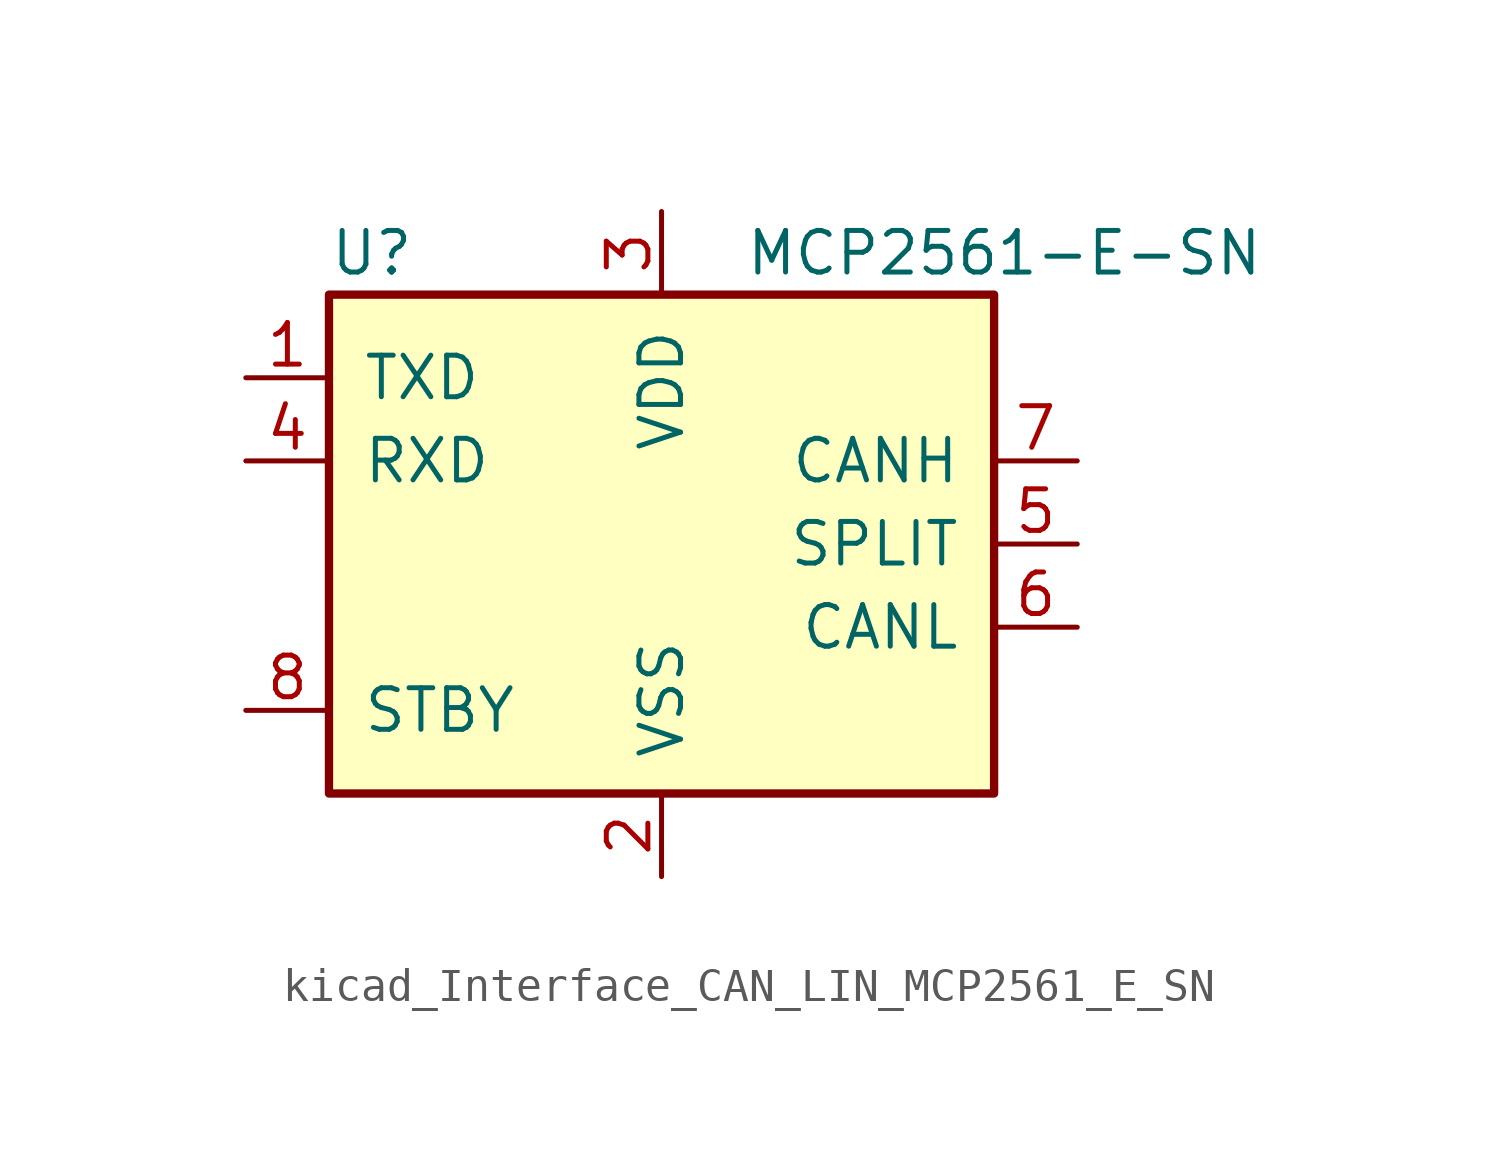
<source format=kicad_sym>
(kicad_symbol_lib
  (version 20220914)
  (generator kicad_symbol_editor)
  (symbol "kicad_Interface_CAN_LIN_MCP2561_E_SN"
    (pin_names
      (offset 1.016))
    (property "Reference" "U"
      (at -10.16 8.89 0)
      (effects (font (size 1.27 1.27)) (justify left)))
    (property "Value" "MCP2561-E-SN"
      (at 2.54 8.89 0)
      (effects (font (size 1.27 1.27)) (justify left)))
    (symbol "kicad_Interface_CAN_LIN_MCP2561_E_SN_0_1"
      (rectangle (start -10.16 7.62) (end 10.16 -7.62) (stroke (width 0.254) (type default)) (fill (type background))))
    (symbol "kicad_Interface_CAN_LIN_MCP2561_E_SN_1_1"
      (pin input line (at -12.7 5.08 0) (length 2.54) (name "TXD" (effects (font (size 1.27 1.27)))) (number "1" (effects (font (size 1.27 1.27)))))
      (pin power_in line (at 0 -10.16 90) (length 2.54) (name "VSS" (effects (font (size 1.27 1.27)))) (number "2" (effects (font (size 1.27 1.27)))))
      (pin power_in line (at 0 10.16 270) (length 2.54) (name "VDD" (effects (font (size 1.27 1.27)))) (number "3" (effects (font (size 1.27 1.27)))))
      (pin output line (at -12.7 2.54 0) (length 2.54) (name "RXD" (effects (font (size 1.27 1.27)))) (number "4" (effects (font (size 1.27 1.27)))))
      (pin passive line (at 12.7 0 180) (length 2.54) (name "SPLIT" (effects (font (size 1.27 1.27)))) (number "5" (effects (font (size 1.27 1.27)))))
      (pin bidirectional line (at 12.7 -2.54 180) (length 2.54) (name "CANL" (effects (font (size 1.27 1.27)))) (number "6" (effects (font (size 1.27 1.27)))))
      (pin bidirectional line (at 12.7 2.54 180) (length 2.54) (name "CANH" (effects (font (size 1.27 1.27)))) (number "7" (effects (font (size 1.27 1.27)))))
      (pin input line (at -12.7 -5.08 0) (length 2.54) (name "STBY" (effects (font (size 1.27 1.27)))) (number "8" (effects (font (size 1.27 1.27))))))))
</source>
